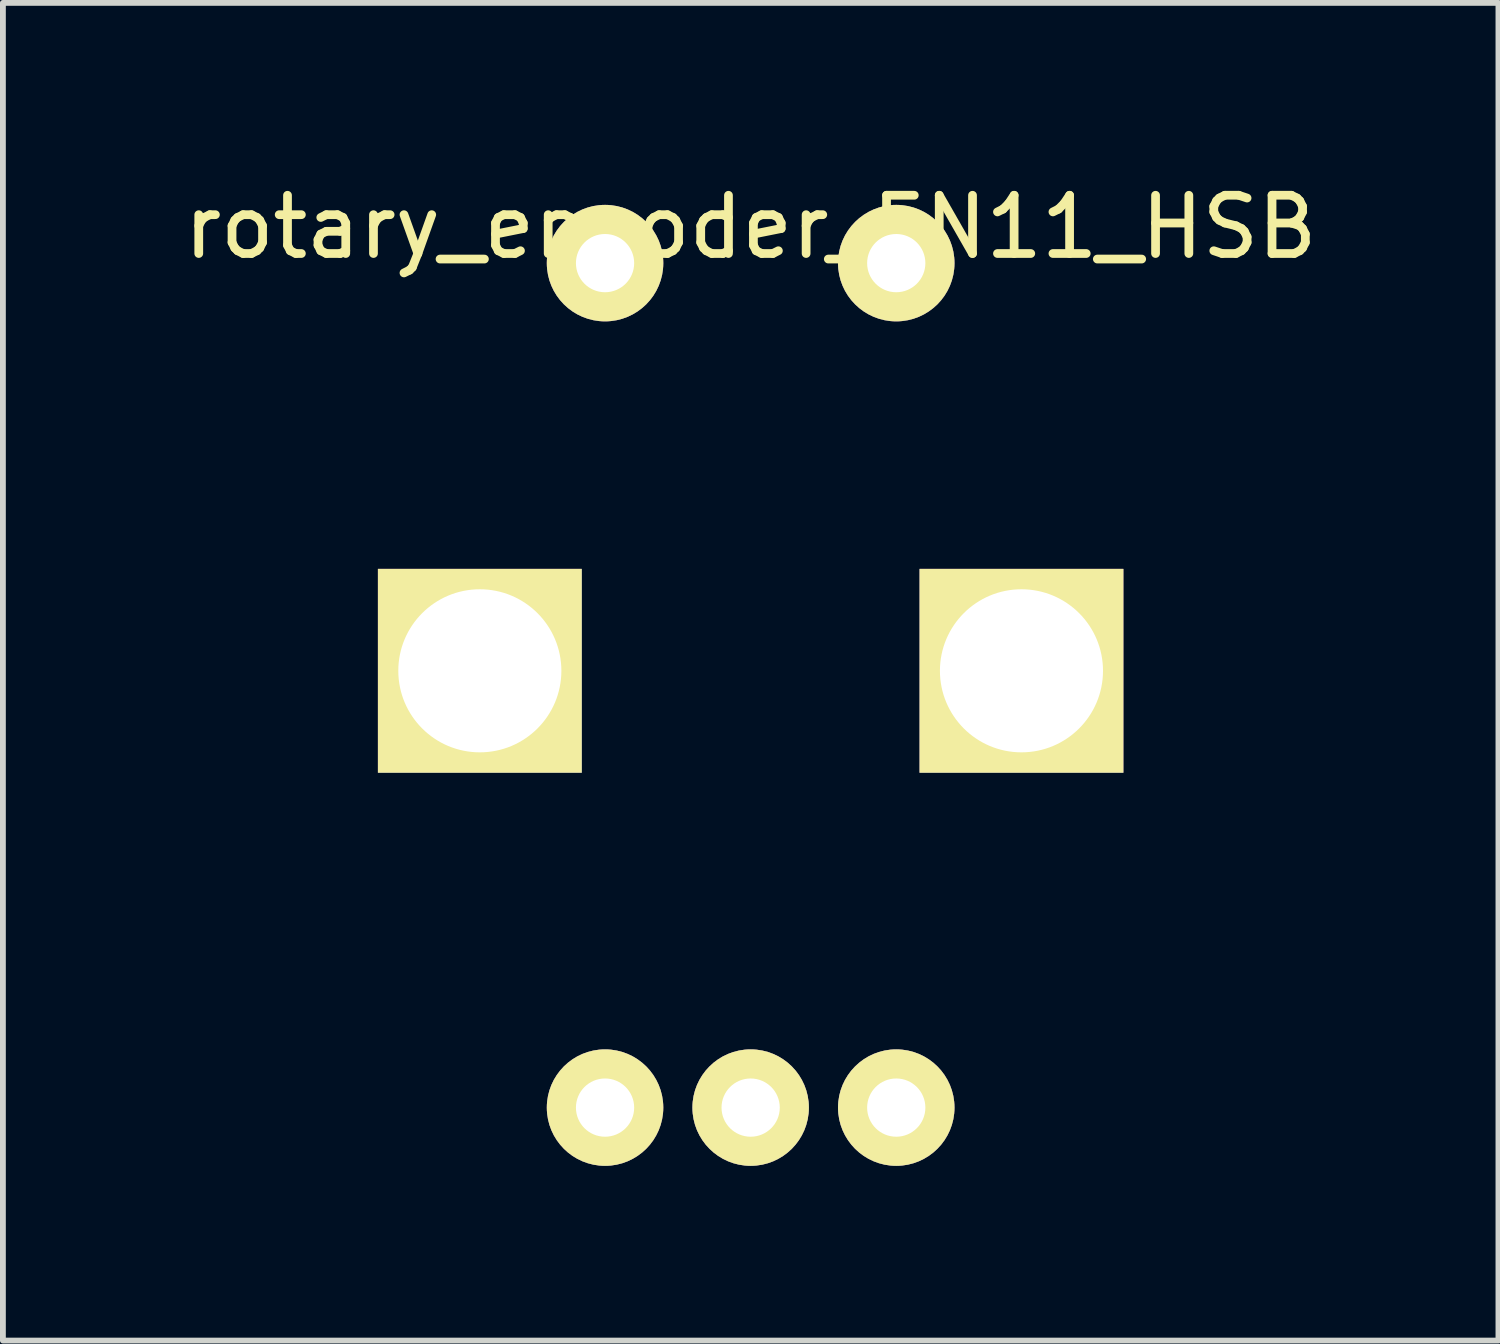
<source format=kicad_pcb>
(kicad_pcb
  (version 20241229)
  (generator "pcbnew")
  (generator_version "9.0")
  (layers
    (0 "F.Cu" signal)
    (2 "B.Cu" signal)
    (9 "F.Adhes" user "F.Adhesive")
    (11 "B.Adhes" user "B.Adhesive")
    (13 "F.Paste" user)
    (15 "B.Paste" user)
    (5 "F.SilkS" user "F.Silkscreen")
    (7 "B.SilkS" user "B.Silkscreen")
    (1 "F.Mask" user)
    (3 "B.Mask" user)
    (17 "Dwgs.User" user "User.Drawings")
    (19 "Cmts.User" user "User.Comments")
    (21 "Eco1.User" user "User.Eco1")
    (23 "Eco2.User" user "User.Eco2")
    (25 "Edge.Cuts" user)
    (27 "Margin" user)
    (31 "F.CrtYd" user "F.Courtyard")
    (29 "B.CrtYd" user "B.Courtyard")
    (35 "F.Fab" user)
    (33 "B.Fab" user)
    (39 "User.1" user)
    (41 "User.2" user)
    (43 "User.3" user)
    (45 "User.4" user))
  (footprint "rotary_encoder_EN11_HSB"
    (layer "F.Cu")
    (at 9.839 8.468)
    (property "Reference" "rotary_encoder_EN11_HSB" (at 0 -7.62 0) (layer "F.SilkS") (effects (font (size 1 1) (thickness 0.15))))
    (attr through_hole)
    (pad "" thru_hole rect (at -4.65 0) (size 3.5 3.5) (drill 2.8) (layers "*.Cu" "*.Mask" "F.SilkS"))
    (pad "" thru_hole rect (at 4.65 0) (size 3.5 3.5) (drill 2.8) (layers "*.Cu" "*.Mask" "F.SilkS"))
    (pad "1" thru_hole circle (at -2.5 -7) (size 2 2) (drill 1) (layers "*.Cu" "*.Mask" "F.SilkS"))
    (pad "2" thru_hole circle (at -2.5 7.5) (size 2 2) (drill 1) (layers "*.Cu" "*.Mask" "F.SilkS"))
    (pad "3" thru_hole circle (at 0 7.5) (size 2 2) (drill 1) (layers "*.Cu" "*.Mask" "F.SilkS"))
    (pad "4" thru_hole circle (at 2.5 7.5) (size 2 2) (drill 1) (layers "*.Cu" "*.Mask" "F.SilkS"))
    (pad "5" thru_hole circle (at 2.5 -7) (size 2 2) (drill 1) (layers "*.Cu" "*.Mask" "F.SilkS")))
  (gr_rect
    (start -3 -3)
    (end 22.679 19.968)
    (stroke (width 0.1) (type default))
    (fill no)
    (layer "Edge.Cuts")))
</source>
